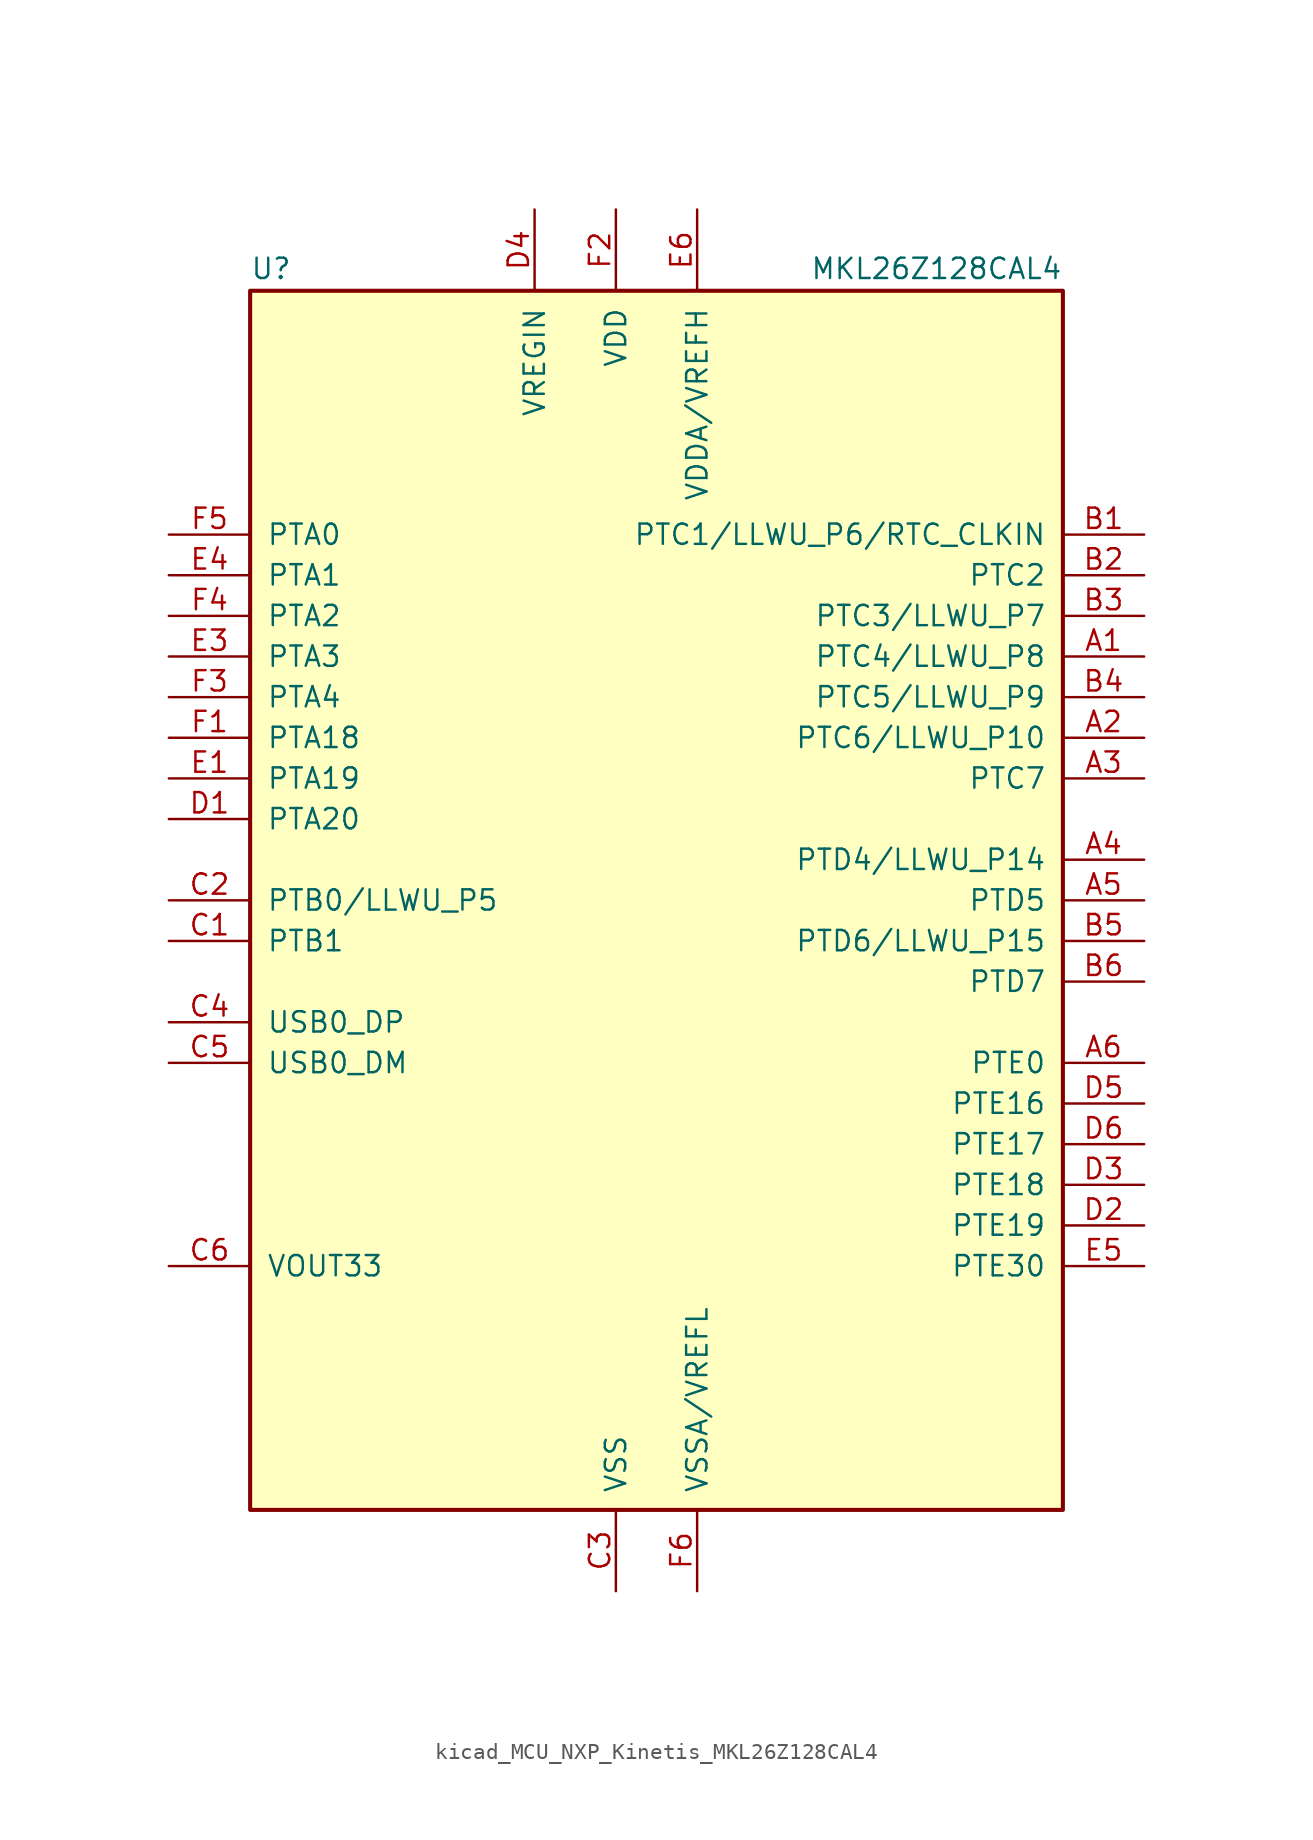
<source format=kicad_sym>
(kicad_symbol_lib
  (version 20220914)
  (generator kicad_symbol_editor)
  (symbol "kicad_MCU_NXP_Kinetis_MKL26Z128CAL4"
    (pin_names
      (offset 1.016))
    (property "Reference" "U"
      (at -25.4 38.735 0)
      (effects (font (size 1.27 1.27)) (justify left bottom)))
    (property "Value" "MKL26Z128CAL4"
      (at 25.4 38.735 0)
      (effects (font (size 1.27 1.27)) (justify right bottom)))
    (symbol "kicad_MCU_NXP_Kinetis_MKL26Z128CAL4_0_1"
      (rectangle (start -25.4 38.1) (end 25.4 -38.1) (stroke (width 0.254) (type default)) (fill (type background))))
    (symbol "kicad_MCU_NXP_Kinetis_MKL26Z128CAL4_1_1"
      (pin bidirectional line (at 30.48 15.24 180) (length 5.08) (name "PTC4/LLWU_P8" (effects (font (size 1.27 1.27)))) (number "A1" (effects (font (size 1.27 1.27)))))
      (pin bidirectional line (at 30.48 10.16 180) (length 5.08) (name "PTC6/LLWU_P10" (effects (font (size 1.27 1.27)))) (number "A2" (effects (font (size 1.27 1.27)))))
      (pin bidirectional line (at 30.48 7.62 180) (length 5.08) (name "PTC7" (effects (font (size 1.27 1.27)))) (number "A3" (effects (font (size 1.27 1.27)))))
      (pin bidirectional line (at 30.48 2.54 180) (length 5.08) (name "PTD4/LLWU_P14" (effects (font (size 1.27 1.27)))) (number "A4" (effects (font (size 1.27 1.27)))))
      (pin bidirectional line (at 30.48 0 180) (length 5.08) (name "PTD5" (effects (font (size 1.27 1.27)))) (number "A5" (effects (font (size 1.27 1.27)))))
      (pin bidirectional line (at 30.48 -10.16 180) (length 5.08) (name "PTE0" (effects (font (size 1.27 1.27)))) (number "A6" (effects (font (size 1.27 1.27)))))
      (pin bidirectional line (at 30.48 22.86 180) (length 5.08) (name "PTC1/LLWU_P6/RTC_CLKIN" (effects (font (size 1.27 1.27)))) (number "B1" (effects (font (size 1.27 1.27)))))
      (pin bidirectional line (at 30.48 20.32 180) (length 5.08) (name "PTC2" (effects (font (size 1.27 1.27)))) (number "B2" (effects (font (size 1.27 1.27)))))
      (pin bidirectional line (at 30.48 17.78 180) (length 5.08) (name "PTC3/LLWU_P7" (effects (font (size 1.27 1.27)))) (number "B3" (effects (font (size 1.27 1.27)))))
      (pin bidirectional line (at 30.48 12.7 180) (length 5.08) (name "PTC5/LLWU_P9" (effects (font (size 1.27 1.27)))) (number "B4" (effects (font (size 1.27 1.27)))))
      (pin bidirectional line (at 30.48 -2.54 180) (length 5.08) (name "PTD6/LLWU_P15" (effects (font (size 1.27 1.27)))) (number "B5" (effects (font (size 1.27 1.27)))))
      (pin bidirectional line (at 30.48 -5.08 180) (length 5.08) (name "PTD7" (effects (font (size 1.27 1.27)))) (number "B6" (effects (font (size 1.27 1.27)))))
      (pin bidirectional line (at -30.48 -2.54 0) (length 5.08) (name "PTB1" (effects (font (size 1.27 1.27)))) (number "C1" (effects (font (size 1.27 1.27)))))
      (pin bidirectional line (at -30.48 0 0) (length 5.08) (name "PTB0/LLWU_P5" (effects (font (size 1.27 1.27)))) (number "C2" (effects (font (size 1.27 1.27)))))
      (pin power_in line (at -2.54 -43.18 90) (length 5.08) (name "VSS" (effects (font (size 1.27 1.27)))) (number "C3" (effects (font (size 1.27 1.27)))))
      (pin bidirectional line (at -30.48 -7.62 0) (length 5.08) (name "USB0_DP" (effects (font (size 1.27 1.27)))) (number "C4" (effects (font (size 1.27 1.27)))))
      (pin bidirectional line (at -30.48 -10.16 0) (length 5.08) (name "USB0_DM" (effects (font (size 1.27 1.27)))) (number "C5" (effects (font (size 1.27 1.27)))))
      (pin power_out line (at -30.48 -22.86 0) (length 5.08) (name "VOUT33" (effects (font (size 1.27 1.27)))) (number "C6" (effects (font (size 1.27 1.27)))))
      (pin bidirectional line (at -30.48 5.08 0) (length 5.08) (name "PTA20" (effects (font (size 1.27 1.27)))) (number "D1" (effects (font (size 1.27 1.27)))))
      (pin bidirectional line (at 30.48 -20.32 180) (length 5.08) (name "PTE19" (effects (font (size 1.27 1.27)))) (number "D2" (effects (font (size 1.27 1.27)))))
      (pin bidirectional line (at 30.48 -17.78 180) (length 5.08) (name "PTE18" (effects (font (size 1.27 1.27)))) (number "D3" (effects (font (size 1.27 1.27)))))
      (pin power_in line (at -7.62 43.18 270) (length 5.08) (name "VREGIN" (effects (font (size 1.27 1.27)))) (number "D4" (effects (font (size 1.27 1.27)))))
      (pin bidirectional line (at 30.48 -12.7 180) (length 5.08) (name "PTE16" (effects (font (size 1.27 1.27)))) (number "D5" (effects (font (size 1.27 1.27)))))
      (pin bidirectional line (at 30.48 -15.24 180) (length 5.08) (name "PTE17" (effects (font (size 1.27 1.27)))) (number "D6" (effects (font (size 1.27 1.27)))))
      (pin bidirectional line (at -30.48 7.62 0) (length 5.08) (name "PTA19" (effects (font (size 1.27 1.27)))) (number "E1" (effects (font (size 1.27 1.27)))))
      (pin passive line (at -2.54 -43.18 90) (length 5.08) hide (name "VSS" (effects (font (size 1.27 1.27)))) (number "E2" (effects (font (size 1.27 1.27)))))
      (pin bidirectional line (at -30.48 15.24 0) (length 5.08) (name "PTA3" (effects (font (size 1.27 1.27)))) (number "E3" (effects (font (size 1.27 1.27)))))
      (pin bidirectional line (at -30.48 20.32 0) (length 5.08) (name "PTA1" (effects (font (size 1.27 1.27)))) (number "E4" (effects (font (size 1.27 1.27)))))
      (pin bidirectional line (at 30.48 -22.86 180) (length 5.08) (name "PTE30" (effects (font (size 1.27 1.27)))) (number "E5" (effects (font (size 1.27 1.27)))))
      (pin power_in line (at 2.54 43.18 270) (length 5.08) (name "VDDA/VREFH" (effects (font (size 1.27 1.27)))) (number "E6" (effects (font (size 1.27 1.27)))))
      (pin bidirectional line (at -30.48 10.16 0) (length 5.08) (name "PTA18" (effects (font (size 1.27 1.27)))) (number "F1" (effects (font (size 1.27 1.27)))))
      (pin power_in line (at -2.54 43.18 270) (length 5.08) (name "VDD" (effects (font (size 1.27 1.27)))) (number "F2" (effects (font (size 1.27 1.27)))))
      (pin bidirectional line (at -30.48 12.7 0) (length 5.08) (name "PTA4" (effects (font (size 1.27 1.27)))) (number "F3" (effects (font (size 1.27 1.27)))))
      (pin bidirectional line (at -30.48 17.78 0) (length 5.08) (name "PTA2" (effects (font (size 1.27 1.27)))) (number "F4" (effects (font (size 1.27 1.27)))))
      (pin bidirectional line (at -30.48 22.86 0) (length 5.08) (name "PTA0" (effects (font (size 1.27 1.27)))) (number "F5" (effects (font (size 1.27 1.27)))))
      (pin power_in line (at 2.54 -43.18 90) (length 5.08) (name "VSSA/VREFL" (effects (font (size 1.27 1.27)))) (number "F6" (effects (font (size 1.27 1.27))))))))
</source>
